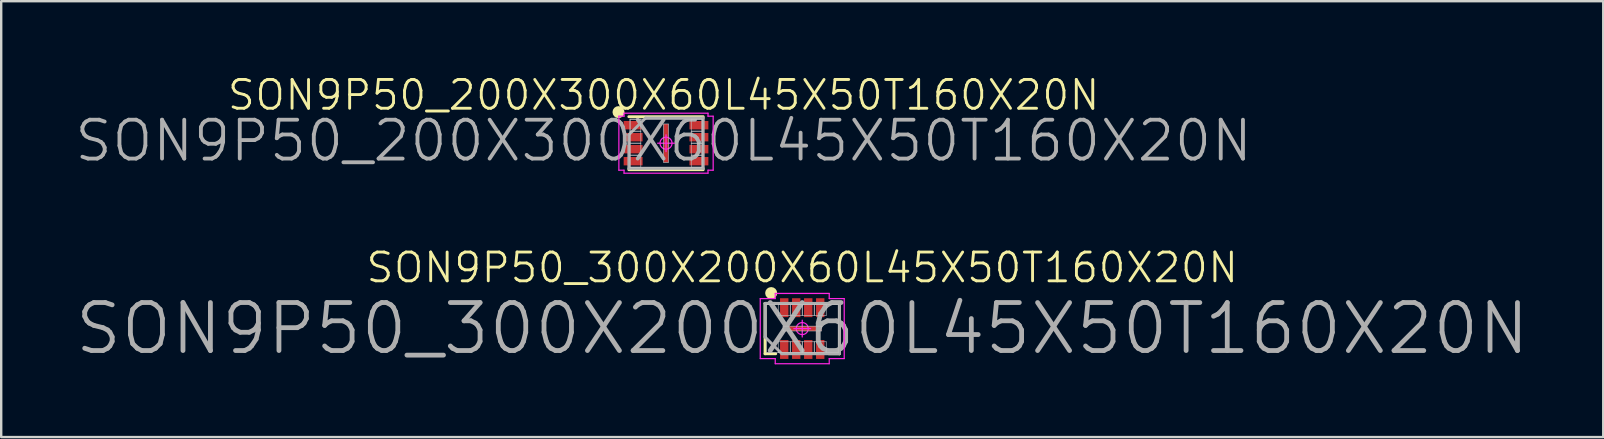
<source format=kicad_pcb>
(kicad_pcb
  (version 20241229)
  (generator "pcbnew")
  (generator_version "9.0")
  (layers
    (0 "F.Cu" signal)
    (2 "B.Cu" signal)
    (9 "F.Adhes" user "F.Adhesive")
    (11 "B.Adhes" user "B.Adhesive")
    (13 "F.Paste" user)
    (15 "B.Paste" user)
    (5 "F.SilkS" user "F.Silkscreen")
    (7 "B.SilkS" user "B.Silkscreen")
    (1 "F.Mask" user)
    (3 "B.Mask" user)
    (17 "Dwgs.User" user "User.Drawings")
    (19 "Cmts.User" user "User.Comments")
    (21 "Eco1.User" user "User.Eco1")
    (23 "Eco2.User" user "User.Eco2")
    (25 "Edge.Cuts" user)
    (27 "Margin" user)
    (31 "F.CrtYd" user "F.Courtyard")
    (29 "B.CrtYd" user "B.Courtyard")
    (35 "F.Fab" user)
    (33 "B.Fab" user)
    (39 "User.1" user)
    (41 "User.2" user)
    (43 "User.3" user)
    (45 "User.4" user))
  (footprint "SON9P50_200X300X60L45X50T160X20N"
    (layer "F.Cu")
    (at 24.609 2.818)
    (property "Reference" "SON9P50_200X300X60L45X50T160X20N" (at 0 -1.905 0) (layer "F.SilkS") (effects (font (size 1.2 1.2) (thickness 0.12))))
    (attr smd)
    (fp_line (start -1.45 -1.005) (end 1.65 -1.005) (stroke (width 0.12) (type solid)) (layer "F.SilkS"))
    (fp_line (start -1.45 1.205) (end 1.65 1.205) (stroke (width 0.12) (type solid)) (layer "F.SilkS"))
    (fp_circle (center -1.88 -1.195) (end -2.005 -1.195) (stroke (width 0.25) (type solid)) (fill no) (layer "F.SilkS"))
    (fp_line (start -1.4 -0.9) (end -0.95 -0.9) (stroke (width 0.025) (type solid)) (layer "Dwgs.User"))
    (fp_line (start -1.4 -0.9) (end 1.6 -0.9) (stroke (width 0.025) (type solid)) (layer "Dwgs.User"))
    (fp_line (start -1.4 -0.4) (end -1.4 -0.9) (stroke (width 0.025) (type solid)) (layer "Dwgs.User"))
    (fp_line (start -1.4 -0.4) (end -0.95 -0.4) (stroke (width 0.025) (type solid)) (layer "Dwgs.User"))
    (fp_line (start -1.4 0.1) (end -1.4 -0.4) (stroke (width 0.025) (type solid)) (layer "Dwgs.User"))
    (fp_line (start -1.4 0.1) (end -0.95 0.1) (stroke (width 0.025) (type solid)) (layer "Dwgs.User"))
    (fp_line (start -1.4 0.6) (end -1.4 0.1) (stroke (width 0.025) (type solid)) (layer "Dwgs.User"))
    (fp_line (start -1.4 0.6) (end -0.95 0.6) (stroke (width 0.025) (type solid)) (layer "Dwgs.User"))
    (fp_line (start -1.4 1.1) (end -1.4 -0.9) (stroke (width 0.025) (type solid)) (layer "Dwgs.User"))
    (fp_line (start -1.4 1.1) (end -1.4 0.6) (stroke (width 0.025) (type solid)) (layer "Dwgs.User"))
    (fp_line (start -0.95 -0.9) (end -0.95 -0.4) (stroke (width 0.025) (type solid)) (layer "Dwgs.User"))
    (fp_line (start -0.95 -0.4) (end -1.4 -0.4) (stroke (width 0.025) (type solid)) (layer "Dwgs.User"))
    (fp_line (start -0.95 -0.4) (end -0.95 0.1) (stroke (width 0.025) (type solid)) (layer "Dwgs.User"))
    (fp_line (start -0.95 0.1) (end -1.4 0.1) (stroke (width 0.025) (type solid)) (layer "Dwgs.User"))
    (fp_line (start -0.95 0.1) (end -0.95 0.6) (stroke (width 0.025) (type solid)) (layer "Dwgs.User"))
    (fp_line (start -0.95 0.6) (end -1.4 0.6) (stroke (width 0.025) (type solid)) (layer "Dwgs.User"))
    (fp_line (start -0.95 0.6) (end -0.95 1.1) (stroke (width 0.025) (type solid)) (layer "Dwgs.User"))
    (fp_line (start -0.95 1.1) (end -1.4 1.1) (stroke (width 0.025) (type solid)) (layer "Dwgs.User"))
    (fp_line (start 0 -0.7) (end 0.2 -0.7) (stroke (width 0.025) (type solid)) (layer "Dwgs.User"))
    (fp_line (start 0 0.9) (end 0 -0.7) (stroke (width 0.025) (type solid)) (layer "Dwgs.User"))
    (fp_line (start 0.2 -0.7) (end 0.2 0.9) (stroke (width 0.025) (type solid)) (layer "Dwgs.User"))
    (fp_line (start 0.2 0.9) (end 0 0.9) (stroke (width 0.025) (type solid)) (layer "Dwgs.User"))
    (fp_line (start 1.15 -0.9) (end 1.6 -0.9) (stroke (width 0.025) (type solid)) (layer "Dwgs.User"))
    (fp_line (start 1.15 -0.4) (end 1.15 -0.9) (stroke (width 0.025) (type solid)) (layer "Dwgs.User"))
    (fp_line (start 1.15 -0.4) (end 1.6 -0.4) (stroke (width 0.025) (type solid)) (layer "Dwgs.User"))
    (fp_line (start 1.15 0.1) (end 1.15 -0.4) (stroke (width 0.025) (type solid)) (layer "Dwgs.User"))
    (fp_line (start 1.15 0.1) (end 1.6 0.1) (stroke (width 0.025) (type solid)) (layer "Dwgs.User"))
    (fp_line (start 1.15 0.6) (end 1.15 0.1) (stroke (width 0.025) (type solid)) (layer "Dwgs.User"))
    (fp_line (start 1.15 0.6) (end 1.6 0.6) (stroke (width 0.025) (type solid)) (layer "Dwgs.User"))
    (fp_line (start 1.15 1.1) (end 1.15 0.6) (stroke (width 0.025) (type solid)) (layer "Dwgs.User"))
    (fp_line (start 1.6 -0.9) (end 1.6 -0.4) (stroke (width 0.025) (type solid)) (layer "Dwgs.User"))
    (fp_line (start 1.6 -0.9) (end 1.6 1.1) (stroke (width 0.025) (type solid)) (layer "Dwgs.User"))
    (fp_line (start 1.6 -0.4) (end 1.15 -0.4) (stroke (width 0.025) (type solid)) (layer "Dwgs.User"))
    (fp_line (start 1.6 -0.4) (end 1.6 0.1) (stroke (width 0.025) (type solid)) (layer "Dwgs.User"))
    (fp_line (start 1.6 0.1) (end 1.15 0.1) (stroke (width 0.025) (type solid)) (layer "Dwgs.User"))
    (fp_line (start 1.6 0.1) (end 1.6 0.6) (stroke (width 0.025) (type solid)) (layer "Dwgs.User"))
    (fp_line (start 1.6 0.6) (end 1.15 0.6) (stroke (width 0.025) (type solid)) (layer "Dwgs.User"))
    (fp_line (start 1.6 0.6) (end 1.6 1.1) (stroke (width 0.025) (type solid)) (layer "Dwgs.User"))
    (fp_line (start 1.6 1.1) (end -1.4 1.1) (stroke (width 0.025) (type solid)) (layer "Dwgs.User"))
    (fp_line (start 1.6 1.1) (end 1.15 1.1) (stroke (width 0.025) (type solid)) (layer "Dwgs.User"))
    (fp_line (start -1.865 -1.025) (end -1.865 1.225) (stroke (width 0.05) (type solid)) (layer "F.CrtYd"))
    (fp_line (start -1.865 1.225) (end -1.65 1.225) (stroke (width 0.05) (type solid)) (layer "F.CrtYd"))
    (fp_line (start -1.65 -1.15) (end -1.65 -1.025) (stroke (width 0.05) (type solid)) (layer "F.CrtYd"))
    (fp_line (start -1.65 -1.025) (end -1.865 -1.025) (stroke (width 0.05) (type solid)) (layer "F.CrtYd"))
    (fp_line (start -1.65 1.225) (end -1.65 1.35) (stroke (width 0.05) (type solid)) (layer "F.CrtYd"))
    (fp_line (start -1.65 1.35) (end 1.85 1.35) (stroke (width 0.05) (type solid)) (layer "F.CrtYd"))
    (fp_line (start 0.1 -0.25) (end 0.1 0.45) (stroke (width 0.05) (type solid)) (layer "F.CrtYd"))
    (fp_line (start 0.45 0.1) (end -0.25 0.1) (stroke (width 0.05) (type solid)) (layer "F.CrtYd"))
    (fp_line (start 1.85 -1.15) (end -1.65 -1.15) (stroke (width 0.05) (type solid)) (layer "F.CrtYd"))
    (fp_line (start 1.85 -1.025) (end 1.85 -1.15) (stroke (width 0.05) (type solid)) (layer "F.CrtYd"))
    (fp_line (start 1.85 1.225) (end 2.065 1.225) (stroke (width 0.05) (type solid)) (layer "F.CrtYd"))
    (fp_line (start 1.85 1.35) (end 1.85 1.225) (stroke (width 0.05) (type solid)) (layer "F.CrtYd"))
    (fp_line (start 2.065 -1.025) (end 1.85 -1.025) (stroke (width 0.05) (type solid)) (layer "F.CrtYd"))
    (fp_line (start 2.065 1.225) (end 2.065 -1.025) (stroke (width 0.05) (type solid)) (layer "F.CrtYd"))
    (fp_circle (center 0.1 0.1) (end -0.15 0.1) (stroke (width 0.05) (type solid)) (fill no) (layer "F.CrtYd"))
    (fp_line (start -1.45 -0.25) (end -0.75 -0.95) (stroke (width 0.12) (type solid)) (layer "F.Fab"))
    (fp_line (start -1.45 1.15) (end -1.45 -0.25) (stroke (width 0.12) (type solid)) (layer "F.Fab"))
    (fp_line (start -0.75 -0.95) (end 1.65 -0.95) (stroke (width 0.12) (type solid)) (layer "F.Fab"))
    (fp_line (start 1.65 -0.95) (end 1.65 1.15) (stroke (width 0.12) (type solid)) (layer "F.Fab"))
    (fp_line (start 1.65 1.15) (end -1.45 1.15) (stroke (width 0.12) (type solid)) (layer "F.Fab"))
    (fp_text user "${REFERENCE}" (at 0 0 0) (layer "F.Fab") (effects (font (size 1.62 1.62) (thickness 0.16))))
    (pad "1" smd rect (at -1.271 -0.65) (size 0.788 0.35) (layers "F.Cu" "F.Mask" "F.Paste"))
    (pad "2" smd rect (at -1.271 -0.15) (size 0.788 0.35) (layers "F.Cu" "F.Mask" "F.Paste"))
    (pad "3" smd rect (at -1.271 0.35) (size 0.788 0.35) (layers "F.Cu" "F.Mask" "F.Paste"))
    (pad "4" smd rect (at -1.271 0.85) (size 0.788 0.35) (layers "F.Cu" "F.Mask" "F.Paste"))
    (pad "5" smd rect (at 1.471 0.85) (size 0.788 0.35) (layers "F.Cu" "F.Mask" "F.Paste"))
    (pad "6" smd rect (at 1.471 0.35) (size 0.788 0.35) (layers "F.Cu" "F.Mask" "F.Paste"))
    (pad "7" smd rect (at 1.471 -0.15) (size 0.788 0.35) (layers "F.Cu" "F.Mask" "F.Paste"))
    (pad "8" smd rect (at 1.471 -0.65) (size 0.788 0.35) (layers "F.Cu" "F.Mask" "F.Paste"))
    (pad "9" smd rect (at 0.1 0.1) (size 0.2 1.6) (layers "F.Cu" "F.Mask" "F.Paste")))
  (footprint "SON9P50_300X200X60L45X50T160X20N"
    (layer "F.Cu")
    (at 30.386 10.645)
    (property "Reference" "SON9P50_300X200X60L45X50T160X20N" (at 0 -2.54 0) (layer "F.SilkS") (effects (font (size 1.2 1.2) (thickness 0.12))))
    (attr smd)
    (fp_line (start -1.55 -1.05) (end -1.105 -1.05) (stroke (width 0.12) (type solid)) (layer "F.SilkS"))
    (fp_line (start -1.55 1.05) (end -1.55 -1.05) (stroke (width 0.12) (type solid)) (layer "F.SilkS"))
    (fp_line (start -1.105 1.05) (end -1.55 1.05) (stroke (width 0.12) (type solid)) (layer "F.SilkS"))
    (fp_line (start 1.105 1.05) (end 1.55 1.05) (stroke (width 0.12) (type solid)) (layer "F.SilkS"))
    (fp_line (start 1.55 -1.05) (end 1.105 -1.05) (stroke (width 0.12) (type solid)) (layer "F.SilkS"))
    (fp_line (start 1.55 1.05) (end 1.55 -1.05) (stroke (width 0.12) (type solid)) (layer "F.SilkS"))
    (fp_circle (center -1.295 -1.48) (end -1.17 -1.48) (stroke (width 0.25) (type solid)) (fill no) (layer "F.SilkS"))
    (fp_line (start -1.5 -1) (end 1.5 -1) (stroke (width 0.025) (type solid)) (layer "Dwgs.User"))
    (fp_line (start -1.5 1) (end -1.5 -1) (stroke (width 0.025) (type solid)) (layer "Dwgs.User"))
    (fp_line (start -1 -1) (end -0.5 -1) (stroke (width 0.025) (type solid)) (layer "Dwgs.User"))
    (fp_line (start -1 -0.55) (end -1 -1) (stroke (width 0.025) (type solid)) (layer "Dwgs.User"))
    (fp_line (start -1 0.55) (end -0.5 0.55) (stroke (width 0.025) (type solid)) (layer "Dwgs.User"))
    (fp_line (start -1 1) (end -1 0.55) (stroke (width 0.025) (type solid)) (layer "Dwgs.User"))
    (fp_line (start -0.8 -0.1) (end 0.8 -0.1) (stroke (width 0.025) (type solid)) (layer "Dwgs.User"))
    (fp_line (start -0.8 0.1) (end -0.8 -0.1) (stroke (width 0.025) (type solid)) (layer "Dwgs.User"))
    (fp_line (start -0.5 -1) (end -0.5 -0.55) (stroke (width 0.025) (type solid)) (layer "Dwgs.User"))
    (fp_line (start -0.5 -1) (end 0 -1) (stroke (width 0.025) (type solid)) (layer "Dwgs.User"))
    (fp_line (start -0.5 -0.55) (end -1 -0.55) (stroke (width 0.025) (type solid)) (layer "Dwgs.User"))
    (fp_line (start -0.5 -0.55) (end -0.5 -1) (stroke (width 0.025) (type solid)) (layer "Dwgs.User"))
    (fp_line (start -0.5 0.55) (end -0.5 1) (stroke (width 0.025) (type solid)) (layer "Dwgs.User"))
    (fp_line (start -0.5 0.55) (end 0 0.55) (stroke (width 0.025) (type solid)) (layer "Dwgs.User"))
    (fp_line (start -0.5 1) (end -1 1) (stroke (width 0.025) (type solid)) (layer "Dwgs.User"))
    (fp_line (start -0.5 1) (end -0.5 0.55) (stroke (width 0.025) (type solid)) (layer "Dwgs.User"))
    (fp_line (start 0 -1) (end 0 -0.55) (stroke (width 0.025) (type solid)) (layer "Dwgs.User"))
    (fp_line (start 0 -1) (end 0.5 -1) (stroke (width 0.025) (type solid)) (layer "Dwgs.User"))
    (fp_line (start 0 -0.55) (end -0.5 -0.55) (stroke (width 0.025) (type solid)) (layer "Dwgs.User"))
    (fp_line (start 0 -0.55) (end 0 -1) (stroke (width 0.025) (type solid)) (layer "Dwgs.User"))
    (fp_line (start 0 0.55) (end 0 1) (stroke (width 0.025) (type solid)) (layer "Dwgs.User"))
    (fp_line (start 0 0.55) (end 0.5 0.55) (stroke (width 0.025) (type solid)) (layer "Dwgs.User"))
    (fp_line (start 0 1) (end -0.5 1) (stroke (width 0.025) (type solid)) (layer "Dwgs.User"))
    (fp_line (start 0 1) (end 0 0.55) (stroke (width 0.025) (type solid)) (layer "Dwgs.User"))
    (fp_line (start 0.5 -1) (end 0.5 -0.55) (stroke (width 0.025) (type solid)) (layer "Dwgs.User"))
    (fp_line (start 0.5 -1) (end 1 -1) (stroke (width 0.025) (type solid)) (layer "Dwgs.User"))
    (fp_line (start 0.5 -0.55) (end 0 -0.55) (stroke (width 0.025) (type solid)) (layer "Dwgs.User"))
    (fp_line (start 0.5 -0.55) (end 0.5 -1) (stroke (width 0.025) (type solid)) (layer "Dwgs.User"))
    (fp_line (start 0.5 0.55) (end 0.5 1) (stroke (width 0.025) (type solid)) (layer "Dwgs.User"))
    (fp_line (start 0.5 0.55) (end 1 0.55) (stroke (width 0.025) (type solid)) (layer "Dwgs.User"))
    (fp_line (start 0.5 1) (end 0 1) (stroke (width 0.025) (type solid)) (layer "Dwgs.User"))
    (fp_line (start 0.5 1) (end 0.5 0.55) (stroke (width 0.025) (type solid)) (layer "Dwgs.User"))
    (fp_line (start 0.8 -0.1) (end 0.8 0.1) (stroke (width 0.025) (type solid)) (layer "Dwgs.User"))
    (fp_line (start 0.8 0.1) (end -0.8 0.1) (stroke (width 0.025) (type solid)) (layer "Dwgs.User"))
    (fp_line (start 1 -1) (end 1 -0.55) (stroke (width 0.025) (type solid)) (layer "Dwgs.User"))
    (fp_line (start 1 -0.55) (end 0.5 -0.55) (stroke (width 0.025) (type solid)) (layer "Dwgs.User"))
    (fp_line (start 1 0.55) (end 1 1) (stroke (width 0.025) (type solid)) (layer "Dwgs.User"))
    (fp_line (start 1 1) (end 0.5 1) (stroke (width 0.025) (type solid)) (layer "Dwgs.User"))
    (fp_line (start 1.5 -1) (end 1.5 1) (stroke (width 0.025) (type solid)) (layer "Dwgs.User"))
    (fp_line (start 1.5 1) (end -1.5 1) (stroke (width 0.025) (type solid)) (layer "Dwgs.User"))
    (fp_line (start -1.75 -1.25) (end -1.75 1.25) (stroke (width 0.05) (type solid)) (layer "F.CrtYd"))
    (fp_line (start -1.75 1.25) (end -1.125 1.25) (stroke (width 0.05) (type solid)) (layer "F.CrtYd"))
    (fp_line (start -1.125 -1.465) (end -1.125 -1.25) (stroke (width 0.05) (type solid)) (layer "F.CrtYd"))
    (fp_line (start -1.125 -1.25) (end -1.75 -1.25) (stroke (width 0.05) (type solid)) (layer "F.CrtYd"))
    (fp_line (start -1.125 1.25) (end -1.125 1.465) (stroke (width 0.05) (type solid)) (layer "F.CrtYd"))
    (fp_line (start -1.125 1.465) (end 1.125 1.465) (stroke (width 0.05) (type solid)) (layer "F.CrtYd"))
    (fp_line (start -0.35 0) (end 0.35 0) (stroke (width 0.05) (type solid)) (layer "F.CrtYd"))
    (fp_line (start 0 -0.35) (end 0 0.35) (stroke (width 0.05) (type solid)) (layer "F.CrtYd"))
    (fp_line (start 1.125 -1.465) (end -1.125 -1.465) (stroke (width 0.05) (type solid)) (layer "F.CrtYd"))
    (fp_line (start 1.125 -1.25) (end 1.125 -1.465) (stroke (width 0.05) (type solid)) (layer "F.CrtYd"))
    (fp_line (start 1.125 1.25) (end 1.75 1.25) (stroke (width 0.05) (type solid)) (layer "F.CrtYd"))
    (fp_line (start 1.125 1.465) (end 1.125 1.25) (stroke (width 0.05) (type solid)) (layer "F.CrtYd"))
    (fp_line (start 1.75 -1.25) (end 1.125 -1.25) (stroke (width 0.05) (type solid)) (layer "F.CrtYd"))
    (fp_line (start 1.75 1.25) (end 1.75 -1.25) (stroke (width 0.05) (type solid)) (layer "F.CrtYd"))
    (fp_circle (center 0 0) (end 0 0.25) (stroke (width 0.05) (type solid)) (fill no) (layer "F.CrtYd"))
    (fp_line (start -1.55 -1.05) (end 1.55 -1.05) (stroke (width 0.12) (type solid)) (layer "F.Fab"))
    (fp_line (start -1.55 0.35) (end -1.55 -1.05) (stroke (width 0.12) (type solid)) (layer "F.Fab"))
    (fp_line (start -0.85 1.05) (end -1.55 0.35) (stroke (width 0.12) (type solid)) (layer "F.Fab"))
    (fp_line (start 1.55 -1.05) (end 1.55 1.05) (stroke (width 0.12) (type solid)) (layer "F.Fab"))
    (fp_line (start 1.55 1.05) (end -0.85 1.05) (stroke (width 0.12) (type solid)) (layer "F.Fab"))
    (fp_text user "${REFERENCE}" (at 0 0 0) (layer "F.Fab") (effects (font (size 2 2) (thickness 0.2))))
    (pad "1" smd rect (at -0.75 -0.871 90) (size 0.788 0.35) (layers "F.Cu" "F.Mask" "F.Paste"))
    (pad "1" smd rect (at -0.75 0.871 90) (size 0.788 0.35) (layers "F.Cu" "F.Mask" "F.Paste"))
    (pad "2" smd rect (at -0.25 -0.871 90) (size 0.788 0.35) (layers "F.Cu" "F.Mask" "F.Paste"))
    (pad "2" smd rect (at -0.25 0.871 90) (size 0.788 0.35) (layers "F.Cu" "F.Mask" "F.Paste"))
    (pad "3" smd rect (at 0.25 -0.871 90) (size 0.788 0.35) (layers "F.Cu" "F.Mask" "F.Paste"))
    (pad "3" smd rect (at 0.25 0.871 90) (size 0.788 0.35) (layers "F.Cu" "F.Mask" "F.Paste"))
    (pad "4" smd rect (at 0.75 -0.871 90) (size 0.788 0.35) (layers "F.Cu" "F.Mask" "F.Paste"))
    (pad "4" smd rect (at 0.75 0.871 90) (size 0.788 0.35) (layers "F.Cu" "F.Mask" "F.Paste"))
    (pad "9" smd rect (at 0 0 90) (size 0.2 1.6) (layers "F.Cu" "F.Mask" "F.Paste")))
  (gr_rect
    (start -3 -3)
    (end 63.771 15.166)
    (stroke (width 0.1) (type default))
    (fill no)
    (layer "Edge.Cuts")))
</source>
